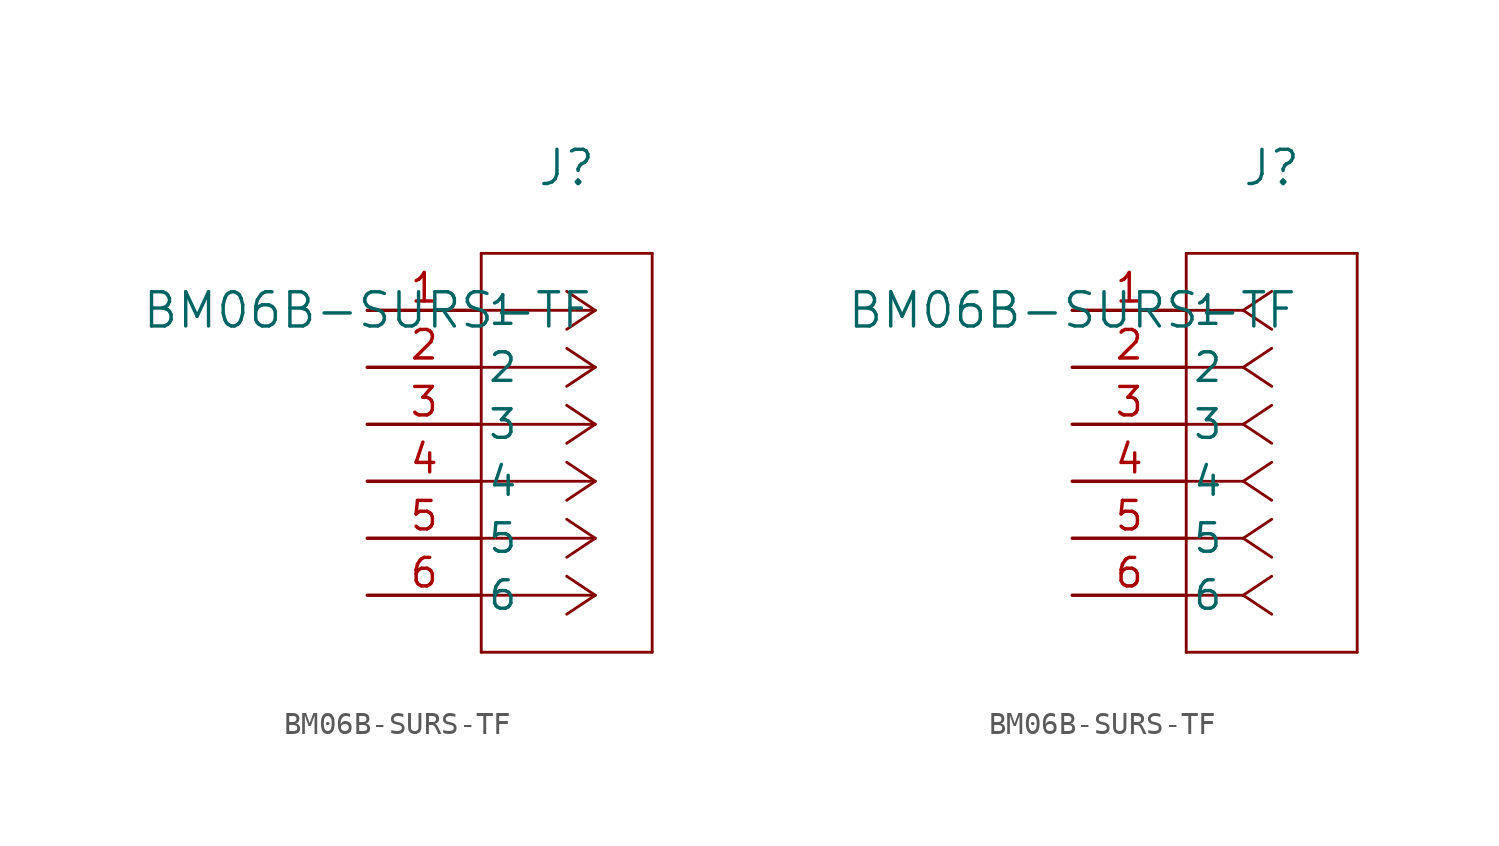
<source format=kicad_sym>
(kicad_symbol_lib
  (version 20211014)
  (generator kicad_symbol_editor)
  (symbol "BM06B-SURS-TF"
    (pin_names
      (offset 0.254))
    (property "Reference" "J"
      (at 8.89 6.35 0)
      (effects (font (size 1.524 1.524))))
    (property "Value" "BM06B-SURS-TF"
      (at 0 0 0)
      (effects (font (size 1.524 1.524))))
    (property "ki_locked" ""
      (at 0 0 0)
      (effects (font (size 1.27 1.27))))
    (symbol "BM06B-SURS-TF_1_1"
      (polyline (pts (xy 5.08 -15.24) (xy 12.7 -15.24)) (stroke (width 0.127) (type default) (color 0 0 0 0)) (fill (type none)))
      (polyline (pts (xy 5.08 2.54) (xy 5.08 -15.24)) (stroke (width 0.127) (type default) (color 0 0 0 0)) (fill (type none)))
      (polyline (pts (xy 10.16 -12.7) (xy 5.08 -12.7)) (stroke (width 0.127) (type default) (color 0 0 0 0)) (fill (type none)))
      (polyline (pts (xy 10.16 -12.7) (xy 8.89 -13.547)) (stroke (width 0.127) (type default) (color 0 0 0 0)) (fill (type none)))
      (polyline (pts (xy 10.16 -12.7) (xy 8.89 -11.853)) (stroke (width 0.127) (type default) (color 0 0 0 0)) (fill (type none)))
      (polyline (pts (xy 10.16 -10.16) (xy 5.08 -10.16)) (stroke (width 0.127) (type default) (color 0 0 0 0)) (fill (type none)))
      (polyline (pts (xy 10.16 -10.16) (xy 8.89 -11.007)) (stroke (width 0.127) (type default) (color 0 0 0 0)) (fill (type none)))
      (polyline (pts (xy 10.16 -10.16) (xy 8.89 -9.313)) (stroke (width 0.127) (type default) (color 0 0 0 0)) (fill (type none)))
      (polyline (pts (xy 10.16 -7.62) (xy 5.08 -7.62)) (stroke (width 0.127) (type default) (color 0 0 0 0)) (fill (type none)))
      (polyline (pts (xy 10.16 -7.62) (xy 8.89 -8.467)) (stroke (width 0.127) (type default) (color 0 0 0 0)) (fill (type none)))
      (polyline (pts (xy 10.16 -7.62) (xy 8.89 -6.773)) (stroke (width 0.127) (type default) (color 0 0 0 0)) (fill (type none)))
      (polyline (pts (xy 10.16 -5.08) (xy 5.08 -5.08)) (stroke (width 0.127) (type default) (color 0 0 0 0)) (fill (type none)))
      (polyline (pts (xy 10.16 -5.08) (xy 8.89 -5.927)) (stroke (width 0.127) (type default) (color 0 0 0 0)) (fill (type none)))
      (polyline (pts (xy 10.16 -5.08) (xy 8.89 -4.233)) (stroke (width 0.127) (type default) (color 0 0 0 0)) (fill (type none)))
      (polyline (pts (xy 10.16 -2.54) (xy 5.08 -2.54)) (stroke (width 0.127) (type default) (color 0 0 0 0)) (fill (type none)))
      (polyline (pts (xy 10.16 -2.54) (xy 8.89 -3.387)) (stroke (width 0.127) (type default) (color 0 0 0 0)) (fill (type none)))
      (polyline (pts (xy 10.16 -2.54) (xy 8.89 -1.693)) (stroke (width 0.127) (type default) (color 0 0 0 0)) (fill (type none)))
      (polyline (pts (xy 10.16 0) (xy 5.08 0)) (stroke (width 0.127) (type default) (color 0 0 0 0)) (fill (type none)))
      (polyline (pts (xy 10.16 0) (xy 8.89 -0.847)) (stroke (width 0.127) (type default) (color 0 0 0 0)) (fill (type none)))
      (polyline (pts (xy 10.16 0) (xy 8.89 0.847)) (stroke (width 0.127) (type default) (color 0 0 0 0)) (fill (type none)))
      (polyline (pts (xy 12.7 -15.24) (xy 12.7 2.54)) (stroke (width 0.127) (type default) (color 0 0 0 0)) (fill (type none)))
      (polyline (pts (xy 12.7 2.54) (xy 5.08 2.54)) (stroke (width 0.127) (type default) (color 0 0 0 0)) (fill (type none)))
      (pin unspecified line (at 0 0 0) (length 5.08) (name "1" (effects (font (size 1.27 1.27)))) (number "1" (effects (font (size 1.27 1.27)))))
      (pin unspecified line (at 0 -2.54 0) (length 5.08) (name "2" (effects (font (size 1.27 1.27)))) (number "2" (effects (font (size 1.27 1.27)))))
      (pin unspecified line (at 0 -5.08 0) (length 5.08) (name "3" (effects (font (size 1.27 1.27)))) (number "3" (effects (font (size 1.27 1.27)))))
      (pin unspecified line (at 0 -7.62 0) (length 5.08) (name "4" (effects (font (size 1.27 1.27)))) (number "4" (effects (font (size 1.27 1.27)))))
      (pin unspecified line (at 0 -10.16 0) (length 5.08) (name "5" (effects (font (size 1.27 1.27)))) (number "5" (effects (font (size 1.27 1.27)))))
      (pin unspecified line (at 0 -12.7 0) (length 5.08) (name "6" (effects (font (size 1.27 1.27)))) (number "6" (effects (font (size 1.27 1.27))))))
    (symbol "BM06B-SURS-TF_1_2"
      (polyline (pts (xy 5.08 -15.24) (xy 12.7 -15.24)) (stroke (width 0.127) (type default) (color 0 0 0 0)) (fill (type none)))
      (polyline (pts (xy 5.08 2.54) (xy 5.08 -15.24)) (stroke (width 0.127) (type default) (color 0 0 0 0)) (fill (type none)))
      (polyline (pts (xy 7.62 -12.7) (xy 5.08 -12.7)) (stroke (width 0.127) (type default) (color 0 0 0 0)) (fill (type none)))
      (polyline (pts (xy 7.62 -12.7) (xy 8.89 -13.547)) (stroke (width 0.127) (type default) (color 0 0 0 0)) (fill (type none)))
      (polyline (pts (xy 7.62 -12.7) (xy 8.89 -11.853)) (stroke (width 0.127) (type default) (color 0 0 0 0)) (fill (type none)))
      (polyline (pts (xy 7.62 -10.16) (xy 5.08 -10.16)) (stroke (width 0.127) (type default) (color 0 0 0 0)) (fill (type none)))
      (polyline (pts (xy 7.62 -10.16) (xy 8.89 -11.007)) (stroke (width 0.127) (type default) (color 0 0 0 0)) (fill (type none)))
      (polyline (pts (xy 7.62 -10.16) (xy 8.89 -9.313)) (stroke (width 0.127) (type default) (color 0 0 0 0)) (fill (type none)))
      (polyline (pts (xy 7.62 -7.62) (xy 5.08 -7.62)) (stroke (width 0.127) (type default) (color 0 0 0 0)) (fill (type none)))
      (polyline (pts (xy 7.62 -7.62) (xy 8.89 -8.467)) (stroke (width 0.127) (type default) (color 0 0 0 0)) (fill (type none)))
      (polyline (pts (xy 7.62 -7.62) (xy 8.89 -6.773)) (stroke (width 0.127) (type default) (color 0 0 0 0)) (fill (type none)))
      (polyline (pts (xy 7.62 -5.08) (xy 5.08 -5.08)) (stroke (width 0.127) (type default) (color 0 0 0 0)) (fill (type none)))
      (polyline (pts (xy 7.62 -5.08) (xy 8.89 -5.927)) (stroke (width 0.127) (type default) (color 0 0 0 0)) (fill (type none)))
      (polyline (pts (xy 7.62 -5.08) (xy 8.89 -4.233)) (stroke (width 0.127) (type default) (color 0 0 0 0)) (fill (type none)))
      (polyline (pts (xy 7.62 -2.54) (xy 5.08 -2.54)) (stroke (width 0.127) (type default) (color 0 0 0 0)) (fill (type none)))
      (polyline (pts (xy 7.62 -2.54) (xy 8.89 -3.387)) (stroke (width 0.127) (type default) (color 0 0 0 0)) (fill (type none)))
      (polyline (pts (xy 7.62 -2.54) (xy 8.89 -1.693)) (stroke (width 0.127) (type default) (color 0 0 0 0)) (fill (type none)))
      (polyline (pts (xy 7.62 0) (xy 5.08 0)) (stroke (width 0.127) (type default) (color 0 0 0 0)) (fill (type none)))
      (polyline (pts (xy 7.62 0) (xy 8.89 -0.847)) (stroke (width 0.127) (type default) (color 0 0 0 0)) (fill (type none)))
      (polyline (pts (xy 7.62 0) (xy 8.89 0.847)) (stroke (width 0.127) (type default) (color 0 0 0 0)) (fill (type none)))
      (polyline (pts (xy 12.7 -15.24) (xy 12.7 2.54)) (stroke (width 0.127) (type default) (color 0 0 0 0)) (fill (type none)))
      (polyline (pts (xy 12.7 2.54) (xy 5.08 2.54)) (stroke (width 0.127) (type default) (color 0 0 0 0)) (fill (type none)))
      (pin unspecified line (at 0 0 0) (length 5.08) (name "1" (effects (font (size 1.27 1.27)))) (number "1" (effects (font (size 1.27 1.27)))))
      (pin unspecified line (at 0 -2.54 0) (length 5.08) (name "2" (effects (font (size 1.27 1.27)))) (number "2" (effects (font (size 1.27 1.27)))))
      (pin unspecified line (at 0 -5.08 0) (length 5.08) (name "3" (effects (font (size 1.27 1.27)))) (number "3" (effects (font (size 1.27 1.27)))))
      (pin unspecified line (at 0 -7.62 0) (length 5.08) (name "4" (effects (font (size 1.27 1.27)))) (number "4" (effects (font (size 1.27 1.27)))))
      (pin unspecified line (at 0 -10.16 0) (length 5.08) (name "5" (effects (font (size 1.27 1.27)))) (number "5" (effects (font (size 1.27 1.27)))))
      (pin unspecified line (at 0 -12.7 0) (length 5.08) (name "6" (effects (font (size 1.27 1.27)))) (number "6" (effects (font (size 1.27 1.27))))))))
</source>
